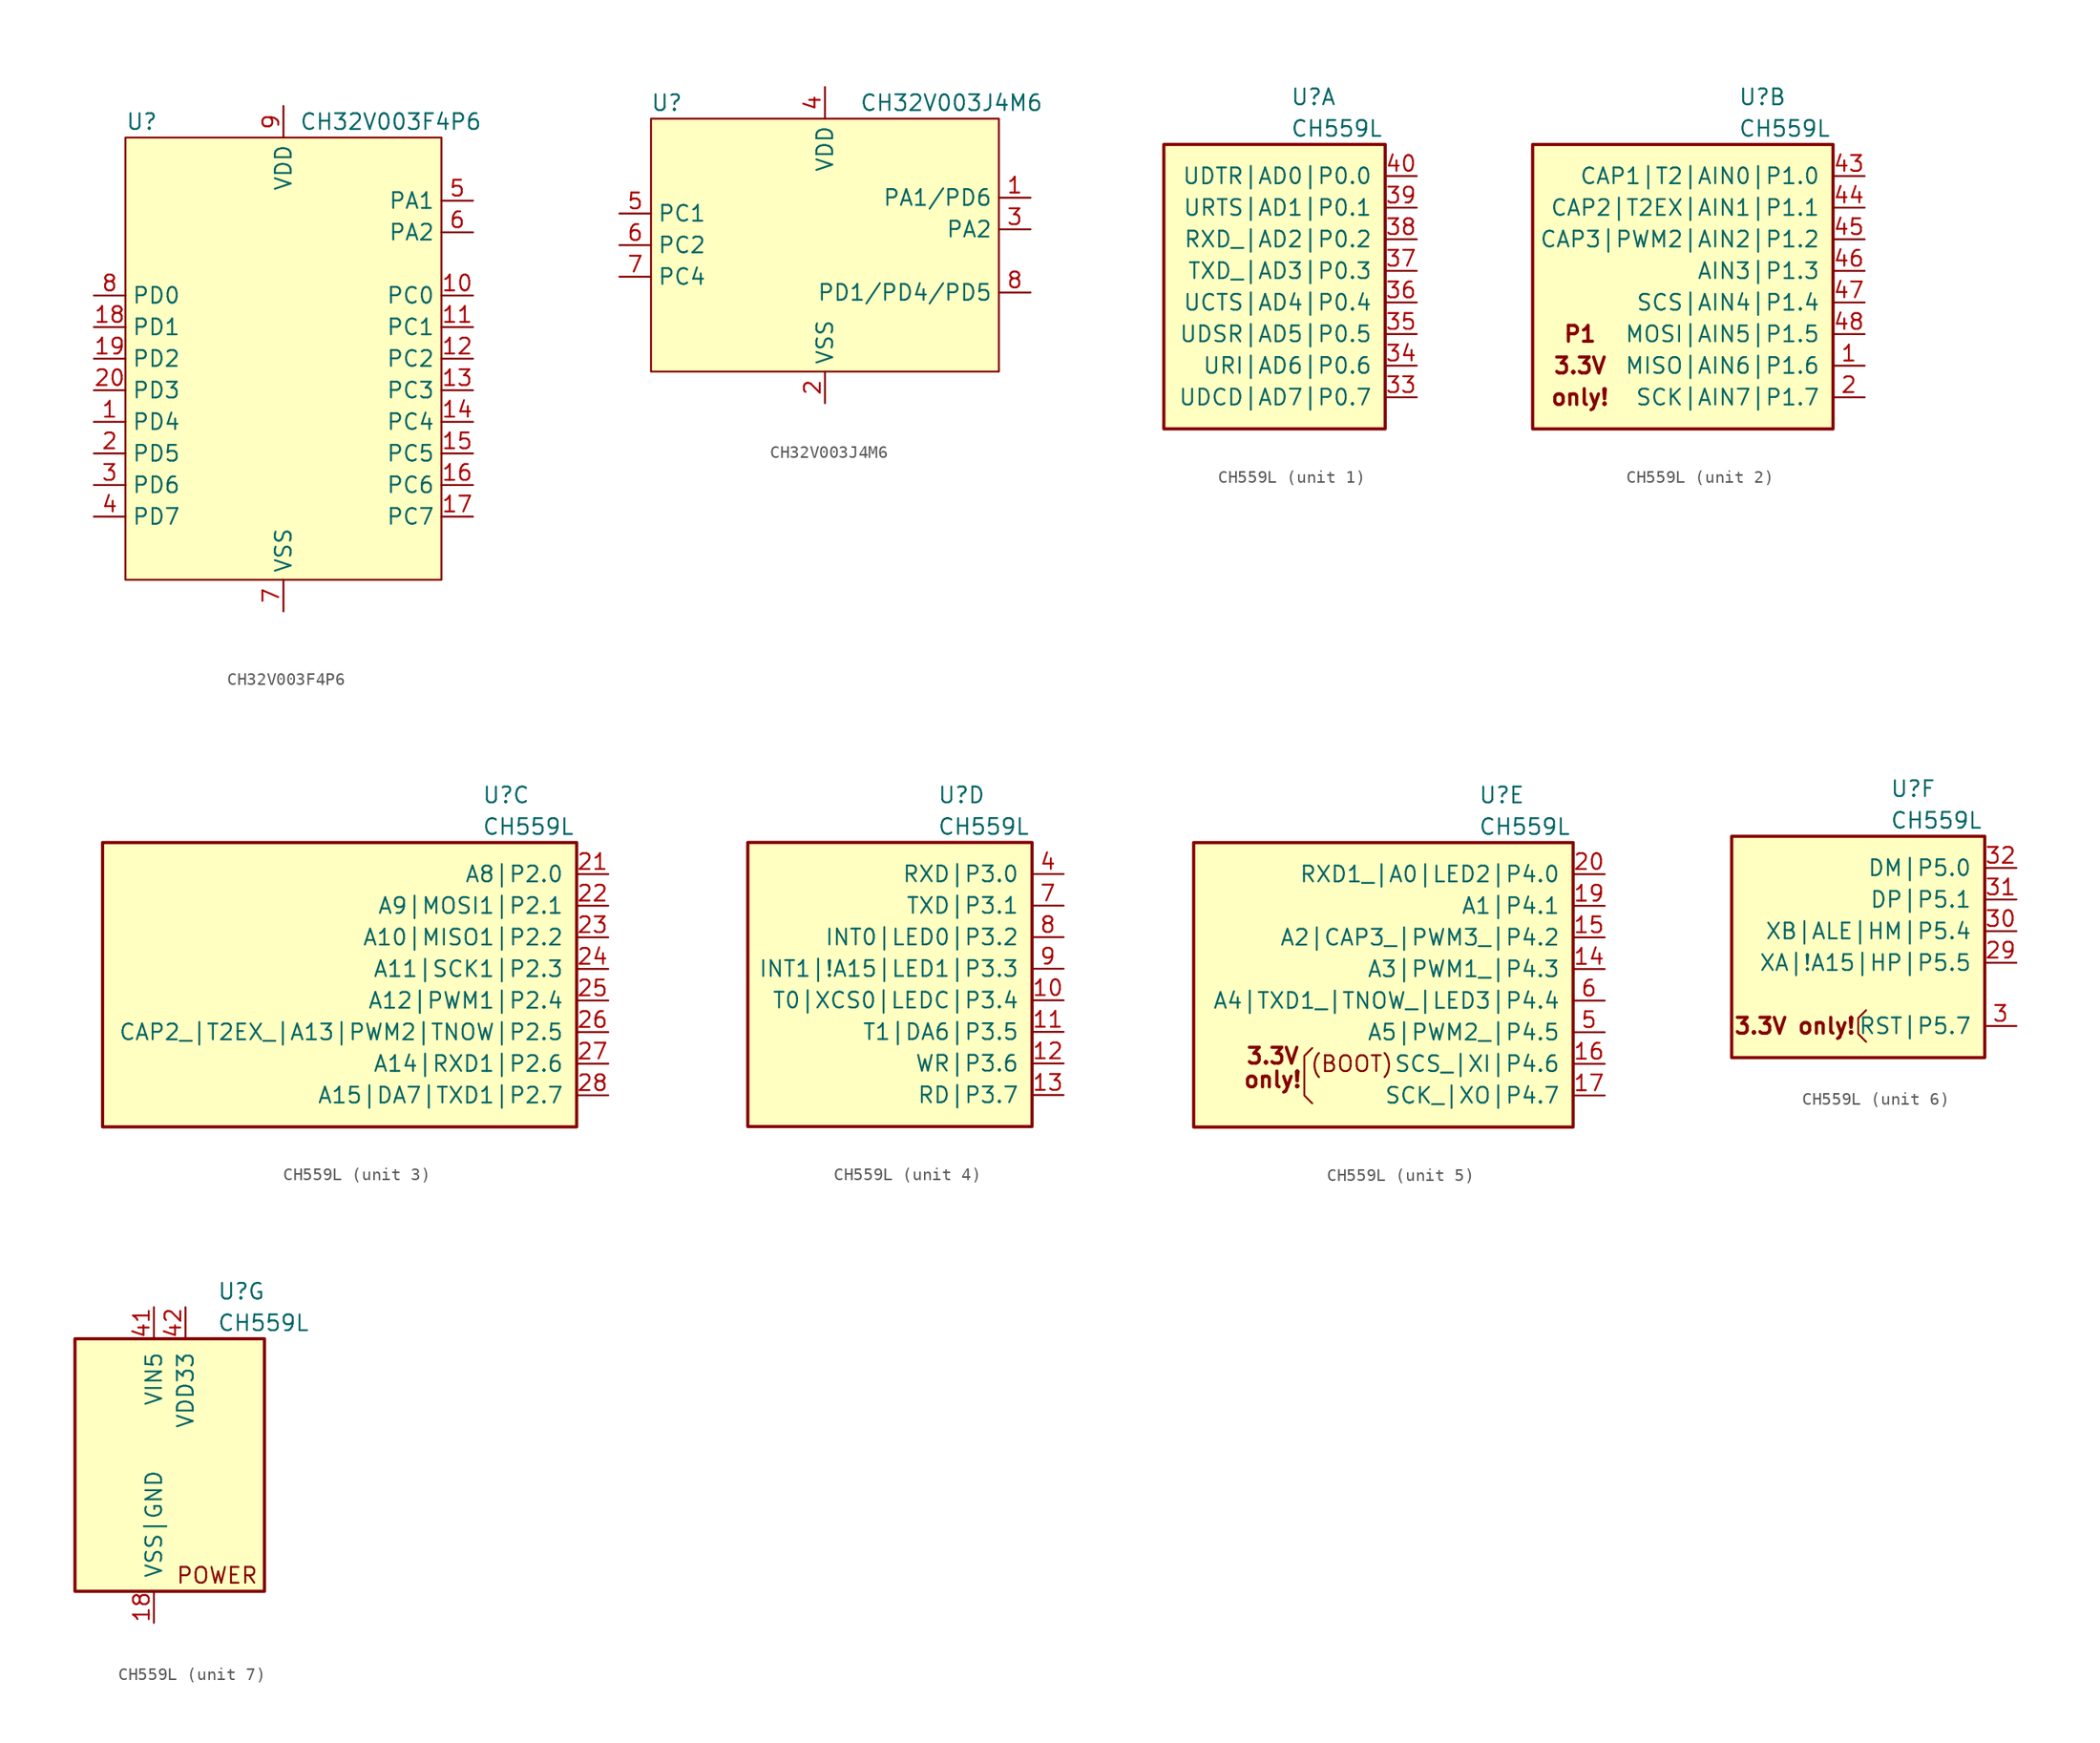
<source format=kicad_sym>
(kicad_symbol_lib
  (version 20220914)
  (generator kicad_symbol_editor)
  (symbol "CH32V003F4P6"
    (property "Reference" "U"
      (at -12.7 19.05 0)
      (effects (font (size 1.27 1.27)) (justify left)))
    (property "Value" "CH32V003F4P6"
      (at 1.27 19.05 0)
      (effects (font (size 1.27 1.27)) (justify left)))
    (symbol "CH32V003F4P6_0_1"
      (rectangle (start -12.7 17.78) (end 12.7 -17.78) (stroke (width 0.152) (type default)) (fill (type background))))
    (symbol "CH32V003F4P6_1_0"
      (pin bidirectional line (at 15.24 -10.16 180) (length 2.54) (name "PC6" (effects (font (size 1.27 1.27)))) (number "16" (effects (font (size 1.27 1.27)))))
      (pin bidirectional line (at 15.24 -12.7 180) (length 2.54) (name "PC7" (effects (font (size 1.27 1.27)))) (number "17" (effects (font (size 1.27 1.27)))))
      (pin bidirectional line (at -15.24 2.54 0) (length 2.54) (name "PD1" (effects (font (size 1.27 1.27)))) (number "18" (effects (font (size 1.27 1.27)))))
      (pin bidirectional line (at -15.24 0 0) (length 2.54) (name "PD2" (effects (font (size 1.27 1.27)))) (number "19" (effects (font (size 1.27 1.27)))))
      (pin bidirectional line (at -15.24 -2.54 0) (length 2.54) (name "PD3" (effects (font (size 1.27 1.27)))) (number "20" (effects (font (size 1.27 1.27))))))
    (symbol "CH32V003F4P6_1_1"
      (pin bidirectional line (at -15.24 -5.08 0) (length 2.54) (name "PD4" (effects (font (size 1.27 1.27)))) (number "1" (effects (font (size 1.27 1.27)))) (alternate "AIN6" input line) (alternate "MISO" input line) (alternate "RXD1" input line) (alternate "VBUS" input line))
      (pin bidirectional line (at 15.24 5.08 180) (length 2.54) (name "PC0" (effects (font (size 1.27 1.27)))) (number "10" (effects (font (size 1.27 1.27)))) (alternate "AIN6" input line) (alternate "MISO" input line) (alternate "RXD1" input line) (alternate "VBUS" input line))
      (pin bidirectional line (at 15.24 2.54 180) (length 2.54) (name "PC1" (effects (font (size 1.27 1.27)))) (number "11" (effects (font (size 1.27 1.27)))) (alternate "AIN6" input line) (alternate "MISO" input line) (alternate "RXD1" input line) (alternate "VBUS" input line))
      (pin bidirectional line (at 15.24 0 180) (length 2.54) (name "PC2" (effects (font (size 1.27 1.27)))) (number "12" (effects (font (size 1.27 1.27)))) (alternate "AIN6" input line) (alternate "MISO" input line) (alternate "RXD1" input line) (alternate "VBUS" input line))
      (pin bidirectional line (at 15.24 -2.54 180) (length 2.54) (name "PC3" (effects (font (size 1.27 1.27)))) (number "13" (effects (font (size 1.27 1.27)))) (alternate "AIN6" input line) (alternate "MISO" input line) (alternate "RXD1" input line) (alternate "VBUS" input line))
      (pin bidirectional line (at 15.24 -5.08 180) (length 2.54) (name "PC4" (effects (font (size 1.27 1.27)))) (number "14" (effects (font (size 1.27 1.27)))))
      (pin bidirectional line (at 15.24 -7.62 180) (length 2.54) (name "PC5" (effects (font (size 1.27 1.27)))) (number "15" (effects (font (size 1.27 1.27)))))
      (pin bidirectional line (at -15.24 -7.62 0) (length 2.54) (name "PD5" (effects (font (size 1.27 1.27)))) (number "2" (effects (font (size 1.27 1.27)))) (alternate "AIN6" input line) (alternate "MISO" input line) (alternate "RXD1" input line) (alternate "VBUS" input line))
      (pin bidirectional line (at -15.24 -10.16 0) (length 2.54) (name "PD6" (effects (font (size 1.27 1.27)))) (number "3" (effects (font (size 1.27 1.27)))) (alternate "AIN6" input line) (alternate "MISO" input line) (alternate "RXD1" input line) (alternate "VBUS" input line))
      (pin bidirectional line (at -15.24 -12.7 0) (length 2.54) (name "PD7" (effects (font (size 1.27 1.27)))) (number "4" (effects (font (size 1.27 1.27)))) (alternate "AIN6" input line) (alternate "MISO" input line) (alternate "RXD1" input line) (alternate "VBUS" input line))
      (pin bidirectional line (at 15.24 12.7 180) (length 2.54) (name "PA1" (effects (font (size 1.27 1.27)))) (number "5" (effects (font (size 1.27 1.27)))) (alternate "AIN6" input line) (alternate "MISO" input line) (alternate "RXD1" input line) (alternate "VBUS" input line))
      (pin bidirectional line (at 15.24 10.16 180) (length 2.54) (name "PA2" (effects (font (size 1.27 1.27)))) (number "6" (effects (font (size 1.27 1.27)))) (alternate "AIN6" input line) (alternate "MISO" input line) (alternate "RXD1" input line) (alternate "VBUS" input line))
      (pin power_in line (at 0 -20.32 90) (length 2.54) (name "VSS" (effects (font (size 1.27 1.27)))) (number "7" (effects (font (size 1.27 1.27)))) (alternate "AIN6" input line) (alternate "MISO" input line) (alternate "RXD1" input line) (alternate "VBUS" input line))
      (pin bidirectional line (at -15.24 5.08 0) (length 2.54) (name "PD0" (effects (font (size 1.27 1.27)))) (number "8" (effects (font (size 1.27 1.27)))) (alternate "AIN6" input line) (alternate "MISO" input line) (alternate "RXD1" input line) (alternate "VBUS" input line))
      (pin power_in line (at 0 20.32 270) (length 2.54) (name "VDD" (effects (font (size 1.27 1.27)))) (number "9" (effects (font (size 1.27 1.27)))) (alternate "AIN6" input line) (alternate "MISO" input line) (alternate "RXD1" input line) (alternate "VBUS" input line))))
  (symbol "CH32V003J4M6"
    (property "Reference" "U"
      (at -12.7 11.43 0)
      (effects (font (size 1.27 1.27))))
    (property "Value" "CH32V003J4M6"
      (at 10.16 11.43 0)
      (effects (font (size 1.27 1.27))))
    (symbol "CH32V003J4M6_1_1"
      (rectangle (start -13.97 10.16) (end 13.97 -10.16) (stroke (width 0) (type default)) (fill (type background)))
      (pin bidirectional line (at 16.51 3.81 180) (length 2.54) (name "PA1/PD6" (effects (font (size 1.27 1.27)))) (number "1" (effects (font (size 1.27 1.27)))))
      (pin power_in line (at 0 -12.7 90) (length 2.54) (name "VSS" (effects (font (size 1.27 1.27)))) (number "2" (effects (font (size 1.27 1.27)))))
      (pin bidirectional line (at 16.51 1.27 180) (length 2.54) (name "PA2" (effects (font (size 1.27 1.27)))) (number "3" (effects (font (size 1.27 1.27)))))
      (pin power_in line (at 0 12.7 270) (length 2.54) (name "VDD" (effects (font (size 1.27 1.27)))) (number "4" (effects (font (size 1.27 1.27)))))
      (pin bidirectional line (at -16.51 2.54 0) (length 2.54) (name "PC1" (effects (font (size 1.27 1.27)))) (number "5" (effects (font (size 1.27 1.27)))))
      (pin bidirectional line (at -16.51 0 0) (length 2.54) (name "PC2" (effects (font (size 1.27 1.27)))) (number "6" (effects (font (size 1.27 1.27)))))
      (pin bidirectional line (at -16.51 -2.54 0) (length 2.54) (name "PC4" (effects (font (size 1.27 1.27)))) (number "7" (effects (font (size 1.27 1.27)))))
      (pin bidirectional line (at 16.51 -3.81 180) (length 2.54) (name "PD1/PD4/PD5" (effects (font (size 1.27 1.27)))) (number "8" (effects (font (size 1.27 1.27)))))))
  (symbol "CH559L"
    (pin_names
      (offset 1.016))
    (property "Reference" "U"
      (at 5.08 16.51 0)
      (effects (font (size 1.27 1.27)) (justify left)))
    (property "Value" "CH559L"
      (at 5.08 13.97 0)
      (effects (font (size 1.27 1.27)) (justify left)))
    (property "ki_locked" ""
      (at 0 0 0)
      (effects (font (size 1.27 1.27))))
    (symbol "CH559L_1_1"
      (rectangle (start -5.08 12.7) (end 12.7 -10.16) (stroke (width 0.254) (type default)) (fill (type background)))
      (pin bidirectional line (at 15.24 -7.62 180) (length 2.54) (name "UDCD|AD7|P0.7" (effects (font (size 1.27 1.27)))) (number "33" (effects (font (size 1.27 1.27)))))
      (pin bidirectional line (at 15.24 -5.08 180) (length 2.54) (name "URI|AD6|P0.6" (effects (font (size 1.27 1.27)))) (number "34" (effects (font (size 1.27 1.27)))))
      (pin bidirectional line (at 15.24 -2.54 180) (length 2.54) (name "UDSR|AD5|P0.5" (effects (font (size 1.27 1.27)))) (number "35" (effects (font (size 1.27 1.27)))))
      (pin bidirectional line (at 15.24 0 180) (length 2.54) (name "UCTS|AD4|P0.4" (effects (font (size 1.27 1.27)))) (number "36" (effects (font (size 1.27 1.27)))))
      (pin bidirectional line (at 15.24 2.54 180) (length 2.54) (name "TXD_|AD3|P0.3" (effects (font (size 1.27 1.27)))) (number "37" (effects (font (size 1.27 1.27)))))
      (pin bidirectional line (at 15.24 5.08 180) (length 2.54) (name "RXD_|AD2|P0.2" (effects (font (size 1.27 1.27)))) (number "38" (effects (font (size 1.27 1.27)))))
      (pin bidirectional line (at 15.24 7.62 180) (length 2.54) (name "URTS|AD1|P0.1" (effects (font (size 1.27 1.27)))) (number "39" (effects (font (size 1.27 1.27)))))
      (pin bidirectional line (at 15.24 10.16 180) (length 2.54) (name "UDTR|AD0|P0.0" (effects (font (size 1.27 1.27)))) (number "40" (effects (font (size 1.27 1.27))))))
    (symbol "CH559L_2_0"
      (text "3.3V" (at -7.62 -5.08 0) (effects (font (size 1.27 1.27) bold)))
      (text "only!" (at -7.62 -7.62 0) (effects (font (size 1.27 1.27) bold)))
      (text "P1" (at -7.62 -2.54 0) (effects (font (size 1.27 1.27) bold))))
    (symbol "CH559L_2_1"
      (rectangle (start -11.43 12.7) (end 12.7 -10.16) (stroke (width 0.254) (type default)) (fill (type background)))
      (pin bidirectional line (at 15.24 -5.08 180) (length 2.54) (name "MISO|AIN6|P1.6" (effects (font (size 1.27 1.27)))) (number "1" (effects (font (size 1.27 1.27)))))
      (pin bidirectional line (at 15.24 -7.62 180) (length 2.54) (name "SCK|AIN7|P1.7" (effects (font (size 1.27 1.27)))) (number "2" (effects (font (size 1.27 1.27)))))
      (pin bidirectional line (at 15.24 10.16 180) (length 2.54) (name "CAP1|T2|AIN0|P1.0" (effects (font (size 1.27 1.27)))) (number "43" (effects (font (size 1.27 1.27)))))
      (pin bidirectional line (at 15.24 7.62 180) (length 2.54) (name "CAP2|T2EX|AIN1|P1.1" (effects (font (size 1.27 1.27)))) (number "44" (effects (font (size 1.27 1.27)))))
      (pin bidirectional line (at 15.24 5.08 180) (length 2.54) (name "CAP3|PWM2|AIN2|P1.2" (effects (font (size 1.27 1.27)))) (number "45" (effects (font (size 1.27 1.27)))))
      (pin bidirectional line (at 15.24 2.54 180) (length 2.54) (name "AIN3|P1.3" (effects (font (size 1.27 1.27)))) (number "46" (effects (font (size 1.27 1.27)))))
      (pin bidirectional line (at 15.24 0 180) (length 2.54) (name "SCS|AIN4|P1.4" (effects (font (size 1.27 1.27)))) (number "47" (effects (font (size 1.27 1.27)))))
      (pin bidirectional line (at 15.24 -2.54 180) (length 2.54) (name "MOSI|AIN5|P1.5" (effects (font (size 1.27 1.27)))) (number "48" (effects (font (size 1.27 1.27))))))
    (symbol "CH559L_3_1"
      (rectangle (start -25.4 12.7) (end 12.7 -10.16) (stroke (width 0.254) (type default)) (fill (type background)))
      (pin bidirectional line (at 15.24 10.16 180) (length 2.54) (name "A8|P2.0" (effects (font (size 1.27 1.27)))) (number "21" (effects (font (size 1.27 1.27)))))
      (pin bidirectional line (at 15.24 7.62 180) (length 2.54) (name "A9|MOSI1|P2.1" (effects (font (size 1.27 1.27)))) (number "22" (effects (font (size 1.27 1.27)))))
      (pin bidirectional line (at 15.24 5.08 180) (length 2.54) (name "A10|MISO1|P2.2" (effects (font (size 1.27 1.27)))) (number "23" (effects (font (size 1.27 1.27)))))
      (pin bidirectional line (at 15.24 2.54 180) (length 2.54) (name "A11|SCK1|P2.3" (effects (font (size 1.27 1.27)))) (number "24" (effects (font (size 1.27 1.27)))))
      (pin bidirectional line (at 15.24 0 180) (length 2.54) (name "A12|PWM1|P2.4" (effects (font (size 1.27 1.27)))) (number "25" (effects (font (size 1.27 1.27)))))
      (pin bidirectional line (at 15.24 -2.54 180) (length 2.54) (name "CAP2_|T2EX_|A13|PWM2|TNOW|P2.5" (effects (font (size 1.27 1.27)))) (number "26" (effects (font (size 1.27 1.27)))))
      (pin bidirectional line (at 15.24 -5.08 180) (length 2.54) (name "A14|RXD1|P2.6" (effects (font (size 1.27 1.27)))) (number "27" (effects (font (size 1.27 1.27)))))
      (pin bidirectional line (at 15.24 -7.62 180) (length 2.54) (name "A15|DA7|TXD1|P2.7" (effects (font (size 1.27 1.27)))) (number "28" (effects (font (size 1.27 1.27))))))
    (symbol "CH559L_4_1"
      (rectangle (start -10.16 12.7) (end 12.7 -10.16) (stroke (width 0.254) (type default)) (fill (type background)))
      (pin bidirectional line (at 15.24 0 180) (length 2.54) (name "T0|XCS0|LEDC|P3.4" (effects (font (size 1.27 1.27)))) (number "10" (effects (font (size 1.27 1.27)))))
      (pin bidirectional line (at 15.24 -2.54 180) (length 2.54) (name "T1|DA6|P3.5" (effects (font (size 1.27 1.27)))) (number "11" (effects (font (size 1.27 1.27)))))
      (pin bidirectional line (at 15.24 -5.08 180) (length 2.54) (name "WR|P3.6" (effects (font (size 1.27 1.27)))) (number "12" (effects (font (size 1.27 1.27)))))
      (pin bidirectional line (at 15.24 -7.62 180) (length 2.54) (name "RD|P3.7" (effects (font (size 1.27 1.27)))) (number "13" (effects (font (size 1.27 1.27)))))
      (pin bidirectional line (at 15.24 10.16 180) (length 2.54) (name "RXD|P3.0" (effects (font (size 1.27 1.27)))) (number "4" (effects (font (size 1.27 1.27)))))
      (pin bidirectional line (at 15.24 7.62 180) (length 2.54) (name "TXD|P3.1" (effects (font (size 1.27 1.27)))) (number "7" (effects (font (size 1.27 1.27)))))
      (pin bidirectional line (at 15.24 5.08 180) (length 2.54) (name "INT0|LED0|P3.2" (effects (font (size 1.27 1.27)))) (number "8" (effects (font (size 1.27 1.27)))))
      (pin bidirectional line (at 15.24 2.54 180) (length 2.54) (name "INT1|!A15|LED1|P3.3" (effects (font (size 1.27 1.27)))) (number "9" (effects (font (size 1.27 1.27))))))
    (symbol "CH559L_5_0"
      (polyline (pts (xy -8.255 -3.81) (xy -8.89 -4.445) (xy -8.89 -7.62) (xy -8.255 -8.255)) (stroke (width 0) (type default)) (fill (type none)))
      (text "(BOOT)" (at -5.08 -5.08 0) (effects (font (size 1.27 1.27))))
      (text "3.3V" (at -11.43 -4.445 0) (effects (font (size 1.27 1.27) bold)))
      (text "only!" (at -11.43 -6.35 0) (effects (font (size 1.27 1.27) bold))))
    (symbol "CH559L_5_1"
      (rectangle (start -17.78 12.7) (end 12.7 -10.16) (stroke (width 0.254) (type default)) (fill (type background)))
      (pin bidirectional line (at 15.24 2.54 180) (length 2.54) (name "A3|PWM1_|P4.3" (effects (font (size 1.27 1.27)))) (number "14" (effects (font (size 1.27 1.27)))))
      (pin bidirectional line (at 15.24 5.08 180) (length 2.54) (name "A2|CAP3_|PWM3_|P4.2" (effects (font (size 1.27 1.27)))) (number "15" (effects (font (size 1.27 1.27)))))
      (pin bidirectional line (at 15.24 -5.08 180) (length 2.54) (name "SCS_|XI|P4.6" (effects (font (size 1.27 1.27)))) (number "16" (effects (font (size 1.27 1.27)))))
      (pin bidirectional line (at 15.24 -7.62 180) (length 2.54) (name "SCK_|XO|P4.7" (effects (font (size 1.27 1.27)))) (number "17" (effects (font (size 1.27 1.27)))))
      (pin bidirectional line (at 15.24 7.62 180) (length 2.54) (name "A1|P4.1" (effects (font (size 1.27 1.27)))) (number "19" (effects (font (size 1.27 1.27)))))
      (pin bidirectional line (at 15.24 10.16 180) (length 2.54) (name "RXD1_|A0|LED2|P4.0" (effects (font (size 1.27 1.27)))) (number "20" (effects (font (size 1.27 1.27)))))
      (pin bidirectional line (at 15.24 -2.54 180) (length 2.54) (name "A5|PWM2_|P4.5" (effects (font (size 1.27 1.27)))) (number "5" (effects (font (size 1.27 1.27)))))
      (pin bidirectional line (at 15.24 0 180) (length 2.54) (name "A4|TXD1_|TNOW_|LED3|P4.4" (effects (font (size 1.27 1.27)))) (number "6" (effects (font (size 1.27 1.27))))))
    (symbol "CH559L_6_0"
      (polyline (pts (xy 3.175 -1.27) (xy 2.54 -1.905) (xy 2.54 -3.175) (xy 3.175 -3.81)) (stroke (width 0) (type default)) (fill (type none)))
      (text "3.3V only!" (at -2.54 -2.54 0) (effects (font (size 1.27 1.27) bold))))
    (symbol "CH559L_6_1"
      (rectangle (start -7.62 12.7) (end 12.7 -5.08) (stroke (width 0.254) (type default)) (fill (type background)))
      (pin bidirectional line (at 15.24 2.54 180) (length 2.54) (name "XA|!A15|HP|P5.5" (effects (font (size 1.27 1.27)))) (number "29" (effects (font (size 1.27 1.27)))))
      (pin bidirectional line (at 15.24 -2.54 180) (length 2.54) (name "RST|P5.7" (effects (font (size 1.27 1.27)))) (number "3" (effects (font (size 1.27 1.27)))))
      (pin bidirectional line (at 15.24 5.08 180) (length 2.54) (name "XB|ALE|HM|P5.4" (effects (font (size 1.27 1.27)))) (number "30" (effects (font (size 1.27 1.27)))))
      (pin bidirectional line (at 15.24 7.62 180) (length 2.54) (name "DP|P5.1" (effects (font (size 1.27 1.27)))) (number "31" (effects (font (size 1.27 1.27)))))
      (pin bidirectional line (at 15.24 10.16 180) (length 2.54) (name "DM|P5.0" (effects (font (size 1.27 1.27)))) (number "32" (effects (font (size 1.27 1.27))))))
    (symbol "CH559L_7_0"
      (text "POWER" (at 5.08 -6.35 0) (effects (font (size 1.27 1.27)))))
    (symbol "CH559L_7_1"
      (rectangle (start -6.35 12.7) (end 8.89 -7.62) (stroke (width 0.254) (type default)) (fill (type background)))
      (pin power_in line (at 0 -10.16 90) (length 2.54) (name "VSS|GND" (effects (font (size 1.27 1.27)))) (number "18" (effects (font (size 1.27 1.27)))))
      (pin power_in line (at 0 15.24 270) (length 2.54) (name "VIN5" (effects (font (size 1.27 1.27)))) (number "41" (effects (font (size 1.27 1.27)))))
      (pin passive line (at 2.54 15.24 270) (length 2.54) (name "VDD33" (effects (font (size 1.27 1.27)))) (number "42" (effects (font (size 1.27 1.27))))))))
</source>
